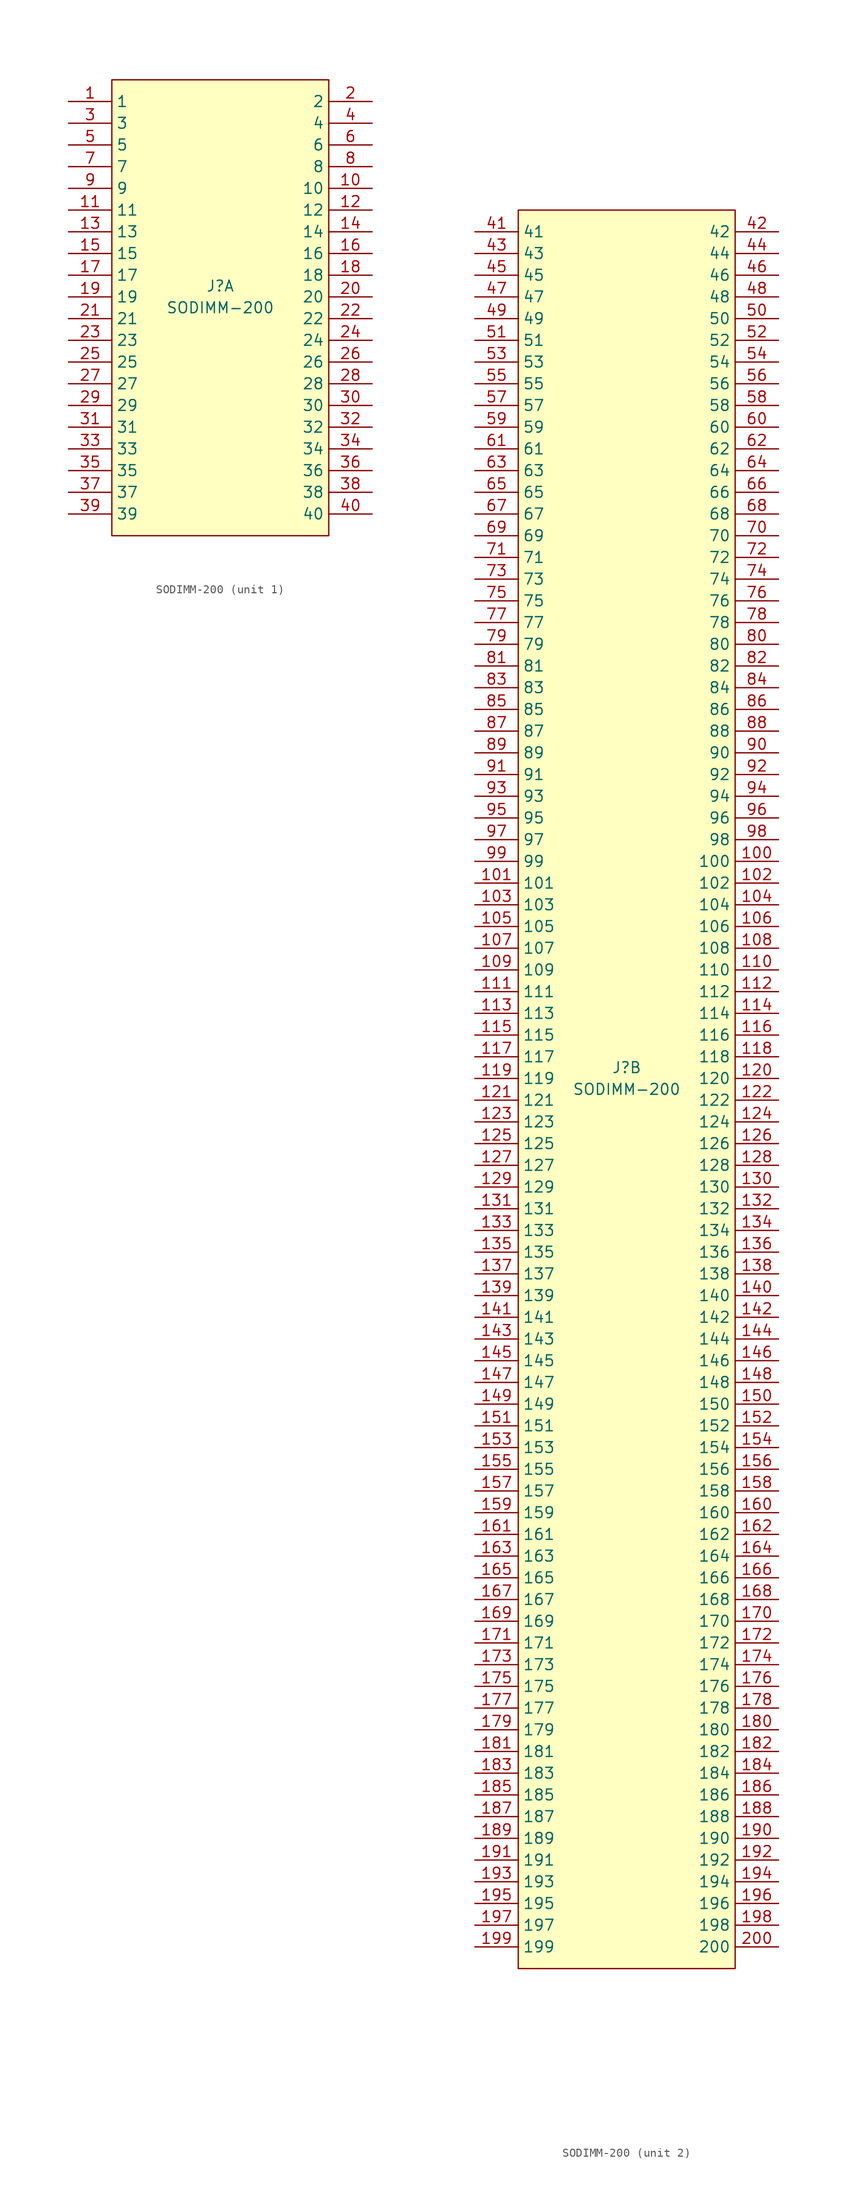
<source format=kicad_sym>
(kicad_symbol_lib
  (version 20220914)
  (generator kicad_symbol_editor)
  (symbol "SODIMM-200"
    (property "Reference" "J"
      (at 0 1.27 0)
      (effects (font (size 1.27 1.27))))
    (property "Value" "SODIMM-200"
      (at 0 -1.27 0)
      (effects (font (size 1.27 1.27))))
    (property "ki_locked" ""
      (at 0 0 0)
      (effects (font (size 1.27 1.27))))
    (symbol "SODIMM-200_1_1"
      (rectangle (start -12.7 25.4) (end 12.7 -27.94) (stroke (width 0) (type default)) (fill (type background)))
      (pin passive line (at -17.78 22.86 0) (length 5.08) (name "1" (effects (font (size 1.27 1.27)))) (number "1" (effects (font (size 1.27 1.27)))))
      (pin passive line (at 17.78 12.7 180) (length 5.08) (name "10" (effects (font (size 1.27 1.27)))) (number "10" (effects (font (size 1.27 1.27)))))
      (pin passive line (at -17.78 10.16 0) (length 5.08) (name "11" (effects (font (size 1.27 1.27)))) (number "11" (effects (font (size 1.27 1.27)))))
      (pin passive line (at 17.78 10.16 180) (length 5.08) (name "12" (effects (font (size 1.27 1.27)))) (number "12" (effects (font (size 1.27 1.27)))))
      (pin passive line (at -17.78 7.62 0) (length 5.08) (name "13" (effects (font (size 1.27 1.27)))) (number "13" (effects (font (size 1.27 1.27)))))
      (pin passive line (at 17.78 7.62 180) (length 5.08) (name "14" (effects (font (size 1.27 1.27)))) (number "14" (effects (font (size 1.27 1.27)))))
      (pin passive line (at -17.78 5.08 0) (length 5.08) (name "15" (effects (font (size 1.27 1.27)))) (number "15" (effects (font (size 1.27 1.27)))))
      (pin passive line (at 17.78 5.08 180) (length 5.08) (name "16" (effects (font (size 1.27 1.27)))) (number "16" (effects (font (size 1.27 1.27)))))
      (pin passive line (at -17.78 2.54 0) (length 5.08) (name "17" (effects (font (size 1.27 1.27)))) (number "17" (effects (font (size 1.27 1.27)))))
      (pin passive line (at 17.78 2.54 180) (length 5.08) (name "18" (effects (font (size 1.27 1.27)))) (number "18" (effects (font (size 1.27 1.27)))))
      (pin passive line (at -17.78 0 0) (length 5.08) (name "19" (effects (font (size 1.27 1.27)))) (number "19" (effects (font (size 1.27 1.27)))))
      (pin passive line (at 17.78 22.86 180) (length 5.08) (name "2" (effects (font (size 1.27 1.27)))) (number "2" (effects (font (size 1.27 1.27)))))
      (pin passive line (at 17.78 0 180) (length 5.08) (name "20" (effects (font (size 1.27 1.27)))) (number "20" (effects (font (size 1.27 1.27)))))
      (pin passive line (at -17.78 -2.54 0) (length 5.08) (name "21" (effects (font (size 1.27 1.27)))) (number "21" (effects (font (size 1.27 1.27)))))
      (pin passive line (at 17.78 -2.54 180) (length 5.08) (name "22" (effects (font (size 1.27 1.27)))) (number "22" (effects (font (size 1.27 1.27)))))
      (pin passive line (at -17.78 -5.08 0) (length 5.08) (name "23" (effects (font (size 1.27 1.27)))) (number "23" (effects (font (size 1.27 1.27)))))
      (pin passive line (at 17.78 -5.08 180) (length 5.08) (name "24" (effects (font (size 1.27 1.27)))) (number "24" (effects (font (size 1.27 1.27)))))
      (pin passive line (at -17.78 -7.62 0) (length 5.08) (name "25" (effects (font (size 1.27 1.27)))) (number "25" (effects (font (size 1.27 1.27)))))
      (pin passive line (at 17.78 -7.62 180) (length 5.08) (name "26" (effects (font (size 1.27 1.27)))) (number "26" (effects (font (size 1.27 1.27)))))
      (pin passive line (at -17.78 -10.16 0) (length 5.08) (name "27" (effects (font (size 1.27 1.27)))) (number "27" (effects (font (size 1.27 1.27)))))
      (pin passive line (at 17.78 -10.16 180) (length 5.08) (name "28" (effects (font (size 1.27 1.27)))) (number "28" (effects (font (size 1.27 1.27)))))
      (pin passive line (at -17.78 -12.7 0) (length 5.08) (name "29" (effects (font (size 1.27 1.27)))) (number "29" (effects (font (size 1.27 1.27)))))
      (pin passive line (at -17.78 20.32 0) (length 5.08) (name "3" (effects (font (size 1.27 1.27)))) (number "3" (effects (font (size 1.27 1.27)))))
      (pin passive line (at 17.78 -12.7 180) (length 5.08) (name "30" (effects (font (size 1.27 1.27)))) (number "30" (effects (font (size 1.27 1.27)))))
      (pin passive line (at -17.78 -15.24 0) (length 5.08) (name "31" (effects (font (size 1.27 1.27)))) (number "31" (effects (font (size 1.27 1.27)))))
      (pin passive line (at 17.78 -15.24 180) (length 5.08) (name "32" (effects (font (size 1.27 1.27)))) (number "32" (effects (font (size 1.27 1.27)))))
      (pin passive line (at -17.78 -17.78 0) (length 5.08) (name "33" (effects (font (size 1.27 1.27)))) (number "33" (effects (font (size 1.27 1.27)))))
      (pin passive line (at 17.78 -17.78 180) (length 5.08) (name "34" (effects (font (size 1.27 1.27)))) (number "34" (effects (font (size 1.27 1.27)))))
      (pin passive line (at -17.78 -20.32 0) (length 5.08) (name "35" (effects (font (size 1.27 1.27)))) (number "35" (effects (font (size 1.27 1.27)))))
      (pin passive line (at 17.78 -20.32 180) (length 5.08) (name "36" (effects (font (size 1.27 1.27)))) (number "36" (effects (font (size 1.27 1.27)))))
      (pin passive line (at -17.78 -22.86 0) (length 5.08) (name "37" (effects (font (size 1.27 1.27)))) (number "37" (effects (font (size 1.27 1.27)))))
      (pin passive line (at 17.78 -22.86 180) (length 5.08) (name "38" (effects (font (size 1.27 1.27)))) (number "38" (effects (font (size 1.27 1.27)))))
      (pin passive line (at -17.78 -25.4 0) (length 5.08) (name "39" (effects (font (size 1.27 1.27)))) (number "39" (effects (font (size 1.27 1.27)))))
      (pin passive line (at 17.78 20.32 180) (length 5.08) (name "4" (effects (font (size 1.27 1.27)))) (number "4" (effects (font (size 1.27 1.27)))))
      (pin passive line (at 17.78 -25.4 180) (length 5.08) (name "40" (effects (font (size 1.27 1.27)))) (number "40" (effects (font (size 1.27 1.27)))))
      (pin passive line (at -17.78 17.78 0) (length 5.08) (name "5" (effects (font (size 1.27 1.27)))) (number "5" (effects (font (size 1.27 1.27)))))
      (pin passive line (at 17.78 17.78 180) (length 5.08) (name "6" (effects (font (size 1.27 1.27)))) (number "6" (effects (font (size 1.27 1.27)))))
      (pin passive line (at -17.78 15.24 0) (length 5.08) (name "7" (effects (font (size 1.27 1.27)))) (number "7" (effects (font (size 1.27 1.27)))))
      (pin passive line (at 17.78 15.24 180) (length 5.08) (name "8" (effects (font (size 1.27 1.27)))) (number "8" (effects (font (size 1.27 1.27)))))
      (pin passive line (at -17.78 12.7 0) (length 5.08) (name "9" (effects (font (size 1.27 1.27)))) (number "9" (effects (font (size 1.27 1.27))))))
    (symbol "SODIMM-200_2_1"
      (rectangle (start -12.7 -104.14) (end 12.7 101.6) (stroke (width 0) (type default)) (fill (type background)))
      (pin passive line (at 17.78 25.4 180) (length 5.08) (name "100" (effects (font (size 1.27 1.27)))) (number "100" (effects (font (size 1.27 1.27)))))
      (pin passive line (at -17.78 22.86 0) (length 5.08) (name "101" (effects (font (size 1.27 1.27)))) (number "101" (effects (font (size 1.27 1.27)))))
      (pin passive line (at 17.78 22.86 180) (length 5.08) (name "102" (effects (font (size 1.27 1.27)))) (number "102" (effects (font (size 1.27 1.27)))))
      (pin passive line (at -17.78 20.32 0) (length 5.08) (name "103" (effects (font (size 1.27 1.27)))) (number "103" (effects (font (size 1.27 1.27)))))
      (pin passive line (at 17.78 20.32 180) (length 5.08) (name "104" (effects (font (size 1.27 1.27)))) (number "104" (effects (font (size 1.27 1.27)))))
      (pin passive line (at -17.78 17.78 0) (length 5.08) (name "105" (effects (font (size 1.27 1.27)))) (number "105" (effects (font (size 1.27 1.27)))))
      (pin passive line (at 17.78 17.78 180) (length 5.08) (name "106" (effects (font (size 1.27 1.27)))) (number "106" (effects (font (size 1.27 1.27)))))
      (pin passive line (at -17.78 15.24 0) (length 5.08) (name "107" (effects (font (size 1.27 1.27)))) (number "107" (effects (font (size 1.27 1.27)))))
      (pin passive line (at 17.78 15.24 180) (length 5.08) (name "108" (effects (font (size 1.27 1.27)))) (number "108" (effects (font (size 1.27 1.27)))))
      (pin passive line (at -17.78 12.7 0) (length 5.08) (name "109" (effects (font (size 1.27 1.27)))) (number "109" (effects (font (size 1.27 1.27)))))
      (pin passive line (at 17.78 12.7 180) (length 5.08) (name "110" (effects (font (size 1.27 1.27)))) (number "110" (effects (font (size 1.27 1.27)))))
      (pin passive line (at -17.78 10.16 0) (length 5.08) (name "111" (effects (font (size 1.27 1.27)))) (number "111" (effects (font (size 1.27 1.27)))))
      (pin passive line (at 17.78 10.16 180) (length 5.08) (name "112" (effects (font (size 1.27 1.27)))) (number "112" (effects (font (size 1.27 1.27)))))
      (pin passive line (at -17.78 7.62 0) (length 5.08) (name "113" (effects (font (size 1.27 1.27)))) (number "113" (effects (font (size 1.27 1.27)))))
      (pin passive line (at 17.78 7.62 180) (length 5.08) (name "114" (effects (font (size 1.27 1.27)))) (number "114" (effects (font (size 1.27 1.27)))))
      (pin passive line (at -17.78 5.08 0) (length 5.08) (name "115" (effects (font (size 1.27 1.27)))) (number "115" (effects (font (size 1.27 1.27)))))
      (pin passive line (at 17.78 5.08 180) (length 5.08) (name "116" (effects (font (size 1.27 1.27)))) (number "116" (effects (font (size 1.27 1.27)))))
      (pin passive line (at -17.78 2.54 0) (length 5.08) (name "117" (effects (font (size 1.27 1.27)))) (number "117" (effects (font (size 1.27 1.27)))))
      (pin passive line (at 17.78 2.54 180) (length 5.08) (name "118" (effects (font (size 1.27 1.27)))) (number "118" (effects (font (size 1.27 1.27)))))
      (pin passive line (at -17.78 0 0) (length 5.08) (name "119" (effects (font (size 1.27 1.27)))) (number "119" (effects (font (size 1.27 1.27)))))
      (pin passive line (at 17.78 0 180) (length 5.08) (name "120" (effects (font (size 1.27 1.27)))) (number "120" (effects (font (size 1.27 1.27)))))
      (pin passive line (at -17.78 -2.54 0) (length 5.08) (name "121" (effects (font (size 1.27 1.27)))) (number "121" (effects (font (size 1.27 1.27)))))
      (pin passive line (at 17.78 -2.54 180) (length 5.08) (name "122" (effects (font (size 1.27 1.27)))) (number "122" (effects (font (size 1.27 1.27)))))
      (pin passive line (at -17.78 -5.08 0) (length 5.08) (name "123" (effects (font (size 1.27 1.27)))) (number "123" (effects (font (size 1.27 1.27)))))
      (pin passive line (at 17.78 -5.08 180) (length 5.08) (name "124" (effects (font (size 1.27 1.27)))) (number "124" (effects (font (size 1.27 1.27)))))
      (pin passive line (at -17.78 -7.62 0) (length 5.08) (name "125" (effects (font (size 1.27 1.27)))) (number "125" (effects (font (size 1.27 1.27)))))
      (pin passive line (at 17.78 -7.62 180) (length 5.08) (name "126" (effects (font (size 1.27 1.27)))) (number "126" (effects (font (size 1.27 1.27)))))
      (pin passive line (at -17.78 -10.16 0) (length 5.08) (name "127" (effects (font (size 1.27 1.27)))) (number "127" (effects (font (size 1.27 1.27)))))
      (pin passive line (at 17.78 -10.16 180) (length 5.08) (name "128" (effects (font (size 1.27 1.27)))) (number "128" (effects (font (size 1.27 1.27)))))
      (pin passive line (at -17.78 -12.7 0) (length 5.08) (name "129" (effects (font (size 1.27 1.27)))) (number "129" (effects (font (size 1.27 1.27)))))
      (pin passive line (at 17.78 -12.7 180) (length 5.08) (name "130" (effects (font (size 1.27 1.27)))) (number "130" (effects (font (size 1.27 1.27)))))
      (pin passive line (at -17.78 -15.24 0) (length 5.08) (name "131" (effects (font (size 1.27 1.27)))) (number "131" (effects (font (size 1.27 1.27)))))
      (pin passive line (at 17.78 -15.24 180) (length 5.08) (name "132" (effects (font (size 1.27 1.27)))) (number "132" (effects (font (size 1.27 1.27)))))
      (pin passive line (at -17.78 -17.78 0) (length 5.08) (name "133" (effects (font (size 1.27 1.27)))) (number "133" (effects (font (size 1.27 1.27)))))
      (pin passive line (at 17.78 -17.78 180) (length 5.08) (name "134" (effects (font (size 1.27 1.27)))) (number "134" (effects (font (size 1.27 1.27)))))
      (pin passive line (at -17.78 -20.32 0) (length 5.08) (name "135" (effects (font (size 1.27 1.27)))) (number "135" (effects (font (size 1.27 1.27)))))
      (pin passive line (at 17.78 -20.32 180) (length 5.08) (name "136" (effects (font (size 1.27 1.27)))) (number "136" (effects (font (size 1.27 1.27)))))
      (pin passive line (at -17.78 -22.86 0) (length 5.08) (name "137" (effects (font (size 1.27 1.27)))) (number "137" (effects (font (size 1.27 1.27)))))
      (pin passive line (at 17.78 -22.86 180) (length 5.08) (name "138" (effects (font (size 1.27 1.27)))) (number "138" (effects (font (size 1.27 1.27)))))
      (pin passive line (at -17.78 -25.4 0) (length 5.08) (name "139" (effects (font (size 1.27 1.27)))) (number "139" (effects (font (size 1.27 1.27)))))
      (pin passive line (at 17.78 -25.4 180) (length 5.08) (name "140" (effects (font (size 1.27 1.27)))) (number "140" (effects (font (size 1.27 1.27)))))
      (pin passive line (at -17.78 -27.94 0) (length 5.08) (name "141" (effects (font (size 1.27 1.27)))) (number "141" (effects (font (size 1.27 1.27)))))
      (pin passive line (at 17.78 -27.94 180) (length 5.08) (name "142" (effects (font (size 1.27 1.27)))) (number "142" (effects (font (size 1.27 1.27)))))
      (pin passive line (at -17.78 -30.48 0) (length 5.08) (name "143" (effects (font (size 1.27 1.27)))) (number "143" (effects (font (size 1.27 1.27)))))
      (pin passive line (at 17.78 -30.48 180) (length 5.08) (name "144" (effects (font (size 1.27 1.27)))) (number "144" (effects (font (size 1.27 1.27)))))
      (pin passive line (at -17.78 -33.02 0) (length 5.08) (name "145" (effects (font (size 1.27 1.27)))) (number "145" (effects (font (size 1.27 1.27)))))
      (pin passive line (at 17.78 -33.02 180) (length 5.08) (name "146" (effects (font (size 1.27 1.27)))) (number "146" (effects (font (size 1.27 1.27)))))
      (pin passive line (at -17.78 -35.56 0) (length 5.08) (name "147" (effects (font (size 1.27 1.27)))) (number "147" (effects (font (size 1.27 1.27)))))
      (pin passive line (at 17.78 -35.56 180) (length 5.08) (name "148" (effects (font (size 1.27 1.27)))) (number "148" (effects (font (size 1.27 1.27)))))
      (pin passive line (at -17.78 -38.1 0) (length 5.08) (name "149" (effects (font (size 1.27 1.27)))) (number "149" (effects (font (size 1.27 1.27)))))
      (pin passive line (at 17.78 -38.1 180) (length 5.08) (name "150" (effects (font (size 1.27 1.27)))) (number "150" (effects (font (size 1.27 1.27)))))
      (pin passive line (at -17.78 -40.64 0) (length 5.08) (name "151" (effects (font (size 1.27 1.27)))) (number "151" (effects (font (size 1.27 1.27)))))
      (pin passive line (at 17.78 -40.64 180) (length 5.08) (name "152" (effects (font (size 1.27 1.27)))) (number "152" (effects (font (size 1.27 1.27)))))
      (pin passive line (at -17.78 -43.18 0) (length 5.08) (name "153" (effects (font (size 1.27 1.27)))) (number "153" (effects (font (size 1.27 1.27)))))
      (pin passive line (at 17.78 -43.18 180) (length 5.08) (name "154" (effects (font (size 1.27 1.27)))) (number "154" (effects (font (size 1.27 1.27)))))
      (pin passive line (at -17.78 -45.72 0) (length 5.08) (name "155" (effects (font (size 1.27 1.27)))) (number "155" (effects (font (size 1.27 1.27)))))
      (pin passive line (at 17.78 -45.72 180) (length 5.08) (name "156" (effects (font (size 1.27 1.27)))) (number "156" (effects (font (size 1.27 1.27)))))
      (pin passive line (at -17.78 -48.26 0) (length 5.08) (name "157" (effects (font (size 1.27 1.27)))) (number "157" (effects (font (size 1.27 1.27)))))
      (pin passive line (at 17.78 -48.26 180) (length 5.08) (name "158" (effects (font (size 1.27 1.27)))) (number "158" (effects (font (size 1.27 1.27)))))
      (pin passive line (at -17.78 -50.8 0) (length 5.08) (name "159" (effects (font (size 1.27 1.27)))) (number "159" (effects (font (size 1.27 1.27)))))
      (pin passive line (at 17.78 -50.8 180) (length 5.08) (name "160" (effects (font (size 1.27 1.27)))) (number "160" (effects (font (size 1.27 1.27)))))
      (pin passive line (at -17.78 -53.34 0) (length 5.08) (name "161" (effects (font (size 1.27 1.27)))) (number "161" (effects (font (size 1.27 1.27)))))
      (pin passive line (at 17.78 -53.34 180) (length 5.08) (name "162" (effects (font (size 1.27 1.27)))) (number "162" (effects (font (size 1.27 1.27)))))
      (pin passive line (at -17.78 -55.88 0) (length 5.08) (name "163" (effects (font (size 1.27 1.27)))) (number "163" (effects (font (size 1.27 1.27)))))
      (pin passive line (at 17.78 -55.88 180) (length 5.08) (name "164" (effects (font (size 1.27 1.27)))) (number "164" (effects (font (size 1.27 1.27)))))
      (pin passive line (at -17.78 -58.42 0) (length 5.08) (name "165" (effects (font (size 1.27 1.27)))) (number "165" (effects (font (size 1.27 1.27)))))
      (pin passive line (at 17.78 -58.42 180) (length 5.08) (name "166" (effects (font (size 1.27 1.27)))) (number "166" (effects (font (size 1.27 1.27)))))
      (pin passive line (at -17.78 -60.96 0) (length 5.08) (name "167" (effects (font (size 1.27 1.27)))) (number "167" (effects (font (size 1.27 1.27)))))
      (pin passive line (at 17.78 -60.96 180) (length 5.08) (name "168" (effects (font (size 1.27 1.27)))) (number "168" (effects (font (size 1.27 1.27)))))
      (pin passive line (at -17.78 -63.5 0) (length 5.08) (name "169" (effects (font (size 1.27 1.27)))) (number "169" (effects (font (size 1.27 1.27)))))
      (pin passive line (at 17.78 -63.5 180) (length 5.08) (name "170" (effects (font (size 1.27 1.27)))) (number "170" (effects (font (size 1.27 1.27)))))
      (pin passive line (at -17.78 -66.04 0) (length 5.08) (name "171" (effects (font (size 1.27 1.27)))) (number "171" (effects (font (size 1.27 1.27)))))
      (pin passive line (at 17.78 -66.04 180) (length 5.08) (name "172" (effects (font (size 1.27 1.27)))) (number "172" (effects (font (size 1.27 1.27)))))
      (pin passive line (at -17.78 -68.58 0) (length 5.08) (name "173" (effects (font (size 1.27 1.27)))) (number "173" (effects (font (size 1.27 1.27)))))
      (pin passive line (at 17.78 -68.58 180) (length 5.08) (name "174" (effects (font (size 1.27 1.27)))) (number "174" (effects (font (size 1.27 1.27)))))
      (pin passive line (at -17.78 -71.12 0) (length 5.08) (name "175" (effects (font (size 1.27 1.27)))) (number "175" (effects (font (size 1.27 1.27)))))
      (pin passive line (at 17.78 -71.12 180) (length 5.08) (name "176" (effects (font (size 1.27 1.27)))) (number "176" (effects (font (size 1.27 1.27)))))
      (pin passive line (at -17.78 -73.66 0) (length 5.08) (name "177" (effects (font (size 1.27 1.27)))) (number "177" (effects (font (size 1.27 1.27)))))
      (pin passive line (at 17.78 -73.66 180) (length 5.08) (name "178" (effects (font (size 1.27 1.27)))) (number "178" (effects (font (size 1.27 1.27)))))
      (pin passive line (at -17.78 -76.2 0) (length 5.08) (name "179" (effects (font (size 1.27 1.27)))) (number "179" (effects (font (size 1.27 1.27)))))
      (pin passive line (at 17.78 -76.2 180) (length 5.08) (name "180" (effects (font (size 1.27 1.27)))) (number "180" (effects (font (size 1.27 1.27)))))
      (pin passive line (at -17.78 -78.74 0) (length 5.08) (name "181" (effects (font (size 1.27 1.27)))) (number "181" (effects (font (size 1.27 1.27)))))
      (pin passive line (at 17.78 -78.74 180) (length 5.08) (name "182" (effects (font (size 1.27 1.27)))) (number "182" (effects (font (size 1.27 1.27)))))
      (pin passive line (at -17.78 -81.28 0) (length 5.08) (name "183" (effects (font (size 1.27 1.27)))) (number "183" (effects (font (size 1.27 1.27)))))
      (pin passive line (at 17.78 -81.28 180) (length 5.08) (name "184" (effects (font (size 1.27 1.27)))) (number "184" (effects (font (size 1.27 1.27)))))
      (pin passive line (at -17.78 -83.82 0) (length 5.08) (name "185" (effects (font (size 1.27 1.27)))) (number "185" (effects (font (size 1.27 1.27)))))
      (pin passive line (at 17.78 -83.82 180) (length 5.08) (name "186" (effects (font (size 1.27 1.27)))) (number "186" (effects (font (size 1.27 1.27)))))
      (pin passive line (at -17.78 -86.36 0) (length 5.08) (name "187" (effects (font (size 1.27 1.27)))) (number "187" (effects (font (size 1.27 1.27)))))
      (pin passive line (at 17.78 -86.36 180) (length 5.08) (name "188" (effects (font (size 1.27 1.27)))) (number "188" (effects (font (size 1.27 1.27)))))
      (pin passive line (at -17.78 -88.9 0) (length 5.08) (name "189" (effects (font (size 1.27 1.27)))) (number "189" (effects (font (size 1.27 1.27)))))
      (pin passive line (at 17.78 -88.9 180) (length 5.08) (name "190" (effects (font (size 1.27 1.27)))) (number "190" (effects (font (size 1.27 1.27)))))
      (pin passive line (at -17.78 -91.44 0) (length 5.08) (name "191" (effects (font (size 1.27 1.27)))) (number "191" (effects (font (size 1.27 1.27)))))
      (pin passive line (at 17.78 -91.44 180) (length 5.08) (name "192" (effects (font (size 1.27 1.27)))) (number "192" (effects (font (size 1.27 1.27)))))
      (pin passive line (at -17.78 -93.98 0) (length 5.08) (name "193" (effects (font (size 1.27 1.27)))) (number "193" (effects (font (size 1.27 1.27)))))
      (pin passive line (at 17.78 -93.98 180) (length 5.08) (name "194" (effects (font (size 1.27 1.27)))) (number "194" (effects (font (size 1.27 1.27)))))
      (pin passive line (at -17.78 -96.52 0) (length 5.08) (name "195" (effects (font (size 1.27 1.27)))) (number "195" (effects (font (size 1.27 1.27)))))
      (pin passive line (at 17.78 -96.52 180) (length 5.08) (name "196" (effects (font (size 1.27 1.27)))) (number "196" (effects (font (size 1.27 1.27)))))
      (pin passive line (at -17.78 -99.06 0) (length 5.08) (name "197" (effects (font (size 1.27 1.27)))) (number "197" (effects (font (size 1.27 1.27)))))
      (pin passive line (at 17.78 -99.06 180) (length 5.08) (name "198" (effects (font (size 1.27 1.27)))) (number "198" (effects (font (size 1.27 1.27)))))
      (pin passive line (at -17.78 -101.6 0) (length 5.08) (name "199" (effects (font (size 1.27 1.27)))) (number "199" (effects (font (size 1.27 1.27)))))
      (pin passive line (at 17.78 -101.6 180) (length 5.08) (name "200" (effects (font (size 1.27 1.27)))) (number "200" (effects (font (size 1.27 1.27)))))
      (pin passive line (at -17.78 99.06 0) (length 5.08) (name "41" (effects (font (size 1.27 1.27)))) (number "41" (effects (font (size 1.27 1.27)))))
      (pin passive line (at 17.78 99.06 180) (length 5.08) (name "42" (effects (font (size 1.27 1.27)))) (number "42" (effects (font (size 1.27 1.27)))))
      (pin passive line (at -17.78 96.52 0) (length 5.08) (name "43" (effects (font (size 1.27 1.27)))) (number "43" (effects (font (size 1.27 1.27)))))
      (pin passive line (at 17.78 96.52 180) (length 5.08) (name "44" (effects (font (size 1.27 1.27)))) (number "44" (effects (font (size 1.27 1.27)))))
      (pin passive line (at -17.78 93.98 0) (length 5.08) (name "45" (effects (font (size 1.27 1.27)))) (number "45" (effects (font (size 1.27 1.27)))))
      (pin passive line (at 17.78 93.98 180) (length 5.08) (name "46" (effects (font (size 1.27 1.27)))) (number "46" (effects (font (size 1.27 1.27)))))
      (pin passive line (at -17.78 91.44 0) (length 5.08) (name "47" (effects (font (size 1.27 1.27)))) (number "47" (effects (font (size 1.27 1.27)))))
      (pin passive line (at 17.78 91.44 180) (length 5.08) (name "48" (effects (font (size 1.27 1.27)))) (number "48" (effects (font (size 1.27 1.27)))))
      (pin passive line (at -17.78 88.9 0) (length 5.08) (name "49" (effects (font (size 1.27 1.27)))) (number "49" (effects (font (size 1.27 1.27)))))
      (pin passive line (at 17.78 88.9 180) (length 5.08) (name "50" (effects (font (size 1.27 1.27)))) (number "50" (effects (font (size 1.27 1.27)))))
      (pin passive line (at -17.78 86.36 0) (length 5.08) (name "51" (effects (font (size 1.27 1.27)))) (number "51" (effects (font (size 1.27 1.27)))))
      (pin passive line (at 17.78 86.36 180) (length 5.08) (name "52" (effects (font (size 1.27 1.27)))) (number "52" (effects (font (size 1.27 1.27)))))
      (pin passive line (at -17.78 83.82 0) (length 5.08) (name "53" (effects (font (size 1.27 1.27)))) (number "53" (effects (font (size 1.27 1.27)))))
      (pin passive line (at 17.78 83.82 180) (length 5.08) (name "54" (effects (font (size 1.27 1.27)))) (number "54" (effects (font (size 1.27 1.27)))))
      (pin passive line (at -17.78 81.28 0) (length 5.08) (name "55" (effects (font (size 1.27 1.27)))) (number "55" (effects (font (size 1.27 1.27)))))
      (pin passive line (at 17.78 81.28 180) (length 5.08) (name "56" (effects (font (size 1.27 1.27)))) (number "56" (effects (font (size 1.27 1.27)))))
      (pin passive line (at -17.78 78.74 0) (length 5.08) (name "57" (effects (font (size 1.27 1.27)))) (number "57" (effects (font (size 1.27 1.27)))))
      (pin passive line (at 17.78 78.74 180) (length 5.08) (name "58" (effects (font (size 1.27 1.27)))) (number "58" (effects (font (size 1.27 1.27)))))
      (pin passive line (at -17.78 76.2 0) (length 5.08) (name "59" (effects (font (size 1.27 1.27)))) (number "59" (effects (font (size 1.27 1.27)))))
      (pin passive line (at 17.78 76.2 180) (length 5.08) (name "60" (effects (font (size 1.27 1.27)))) (number "60" (effects (font (size 1.27 1.27)))))
      (pin passive line (at -17.78 73.66 0) (length 5.08) (name "61" (effects (font (size 1.27 1.27)))) (number "61" (effects (font (size 1.27 1.27)))))
      (pin passive line (at 17.78 73.66 180) (length 5.08) (name "62" (effects (font (size 1.27 1.27)))) (number "62" (effects (font (size 1.27 1.27)))))
      (pin passive line (at -17.78 71.12 0) (length 5.08) (name "63" (effects (font (size 1.27 1.27)))) (number "63" (effects (font (size 1.27 1.27)))))
      (pin passive line (at 17.78 71.12 180) (length 5.08) (name "64" (effects (font (size 1.27 1.27)))) (number "64" (effects (font (size 1.27 1.27)))))
      (pin passive line (at -17.78 68.58 0) (length 5.08) (name "65" (effects (font (size 1.27 1.27)))) (number "65" (effects (font (size 1.27 1.27)))))
      (pin passive line (at 17.78 68.58 180) (length 5.08) (name "66" (effects (font (size 1.27 1.27)))) (number "66" (effects (font (size 1.27 1.27)))))
      (pin passive line (at -17.78 66.04 0) (length 5.08) (name "67" (effects (font (size 1.27 1.27)))) (number "67" (effects (font (size 1.27 1.27)))))
      (pin passive line (at 17.78 66.04 180) (length 5.08) (name "68" (effects (font (size 1.27 1.27)))) (number "68" (effects (font (size 1.27 1.27)))))
      (pin passive line (at -17.78 63.5 0) (length 5.08) (name "69" (effects (font (size 1.27 1.27)))) (number "69" (effects (font (size 1.27 1.27)))))
      (pin passive line (at 17.78 63.5 180) (length 5.08) (name "70" (effects (font (size 1.27 1.27)))) (number "70" (effects (font (size 1.27 1.27)))))
      (pin passive line (at -17.78 60.96 0) (length 5.08) (name "71" (effects (font (size 1.27 1.27)))) (number "71" (effects (font (size 1.27 1.27)))))
      (pin passive line (at 17.78 60.96 180) (length 5.08) (name "72" (effects (font (size 1.27 1.27)))) (number "72" (effects (font (size 1.27 1.27)))))
      (pin passive line (at -17.78 58.42 0) (length 5.08) (name "73" (effects (font (size 1.27 1.27)))) (number "73" (effects (font (size 1.27 1.27)))))
      (pin passive line (at 17.78 58.42 180) (length 5.08) (name "74" (effects (font (size 1.27 1.27)))) (number "74" (effects (font (size 1.27 1.27)))))
      (pin passive line (at -17.78 55.88 0) (length 5.08) (name "75" (effects (font (size 1.27 1.27)))) (number "75" (effects (font (size 1.27 1.27)))))
      (pin passive line (at 17.78 55.88 180) (length 5.08) (name "76" (effects (font (size 1.27 1.27)))) (number "76" (effects (font (size 1.27 1.27)))))
      (pin passive line (at -17.78 53.34 0) (length 5.08) (name "77" (effects (font (size 1.27 1.27)))) (number "77" (effects (font (size 1.27 1.27)))))
      (pin passive line (at 17.78 53.34 180) (length 5.08) (name "78" (effects (font (size 1.27 1.27)))) (number "78" (effects (font (size 1.27 1.27)))))
      (pin passive line (at -17.78 50.8 0) (length 5.08) (name "79" (effects (font (size 1.27 1.27)))) (number "79" (effects (font (size 1.27 1.27)))))
      (pin passive line (at 17.78 50.8 180) (length 5.08) (name "80" (effects (font (size 1.27 1.27)))) (number "80" (effects (font (size 1.27 1.27)))))
      (pin passive line (at -17.78 48.26 0) (length 5.08) (name "81" (effects (font (size 1.27 1.27)))) (number "81" (effects (font (size 1.27 1.27)))))
      (pin passive line (at 17.78 48.26 180) (length 5.08) (name "82" (effects (font (size 1.27 1.27)))) (number "82" (effects (font (size 1.27 1.27)))))
      (pin passive line (at -17.78 45.72 0) (length 5.08) (name "83" (effects (font (size 1.27 1.27)))) (number "83" (effects (font (size 1.27 1.27)))))
      (pin passive line (at 17.78 45.72 180) (length 5.08) (name "84" (effects (font (size 1.27 1.27)))) (number "84" (effects (font (size 1.27 1.27)))))
      (pin passive line (at -17.78 43.18 0) (length 5.08) (name "85" (effects (font (size 1.27 1.27)))) (number "85" (effects (font (size 1.27 1.27)))))
      (pin passive line (at 17.78 43.18 180) (length 5.08) (name "86" (effects (font (size 1.27 1.27)))) (number "86" (effects (font (size 1.27 1.27)))))
      (pin passive line (at -17.78 40.64 0) (length 5.08) (name "87" (effects (font (size 1.27 1.27)))) (number "87" (effects (font (size 1.27 1.27)))))
      (pin passive line (at 17.78 40.64 180) (length 5.08) (name "88" (effects (font (size 1.27 1.27)))) (number "88" (effects (font (size 1.27 1.27)))))
      (pin passive line (at -17.78 38.1 0) (length 5.08) (name "89" (effects (font (size 1.27 1.27)))) (number "89" (effects (font (size 1.27 1.27)))))
      (pin passive line (at 17.78 38.1 180) (length 5.08) (name "90" (effects (font (size 1.27 1.27)))) (number "90" (effects (font (size 1.27 1.27)))))
      (pin passive line (at -17.78 35.56 0) (length 5.08) (name "91" (effects (font (size 1.27 1.27)))) (number "91" (effects (font (size 1.27 1.27)))))
      (pin passive line (at 17.78 35.56 180) (length 5.08) (name "92" (effects (font (size 1.27 1.27)))) (number "92" (effects (font (size 1.27 1.27)))))
      (pin passive line (at -17.78 33.02 0) (length 5.08) (name "93" (effects (font (size 1.27 1.27)))) (number "93" (effects (font (size 1.27 1.27)))))
      (pin passive line (at 17.78 33.02 180) (length 5.08) (name "94" (effects (font (size 1.27 1.27)))) (number "94" (effects (font (size 1.27 1.27)))))
      (pin passive line (at -17.78 30.48 0) (length 5.08) (name "95" (effects (font (size 1.27 1.27)))) (number "95" (effects (font (size 1.27 1.27)))))
      (pin passive line (at 17.78 30.48 180) (length 5.08) (name "96" (effects (font (size 1.27 1.27)))) (number "96" (effects (font (size 1.27 1.27)))))
      (pin passive line (at -17.78 27.94 0) (length 5.08) (name "97" (effects (font (size 1.27 1.27)))) (number "97" (effects (font (size 1.27 1.27)))))
      (pin passive line (at 17.78 27.94 180) (length 5.08) (name "98" (effects (font (size 1.27 1.27)))) (number "98" (effects (font (size 1.27 1.27)))))
      (pin passive line (at -17.78 25.4 0) (length 5.08) (name "99" (effects (font (size 1.27 1.27)))) (number "99" (effects (font (size 1.27 1.27))))))))
</source>
